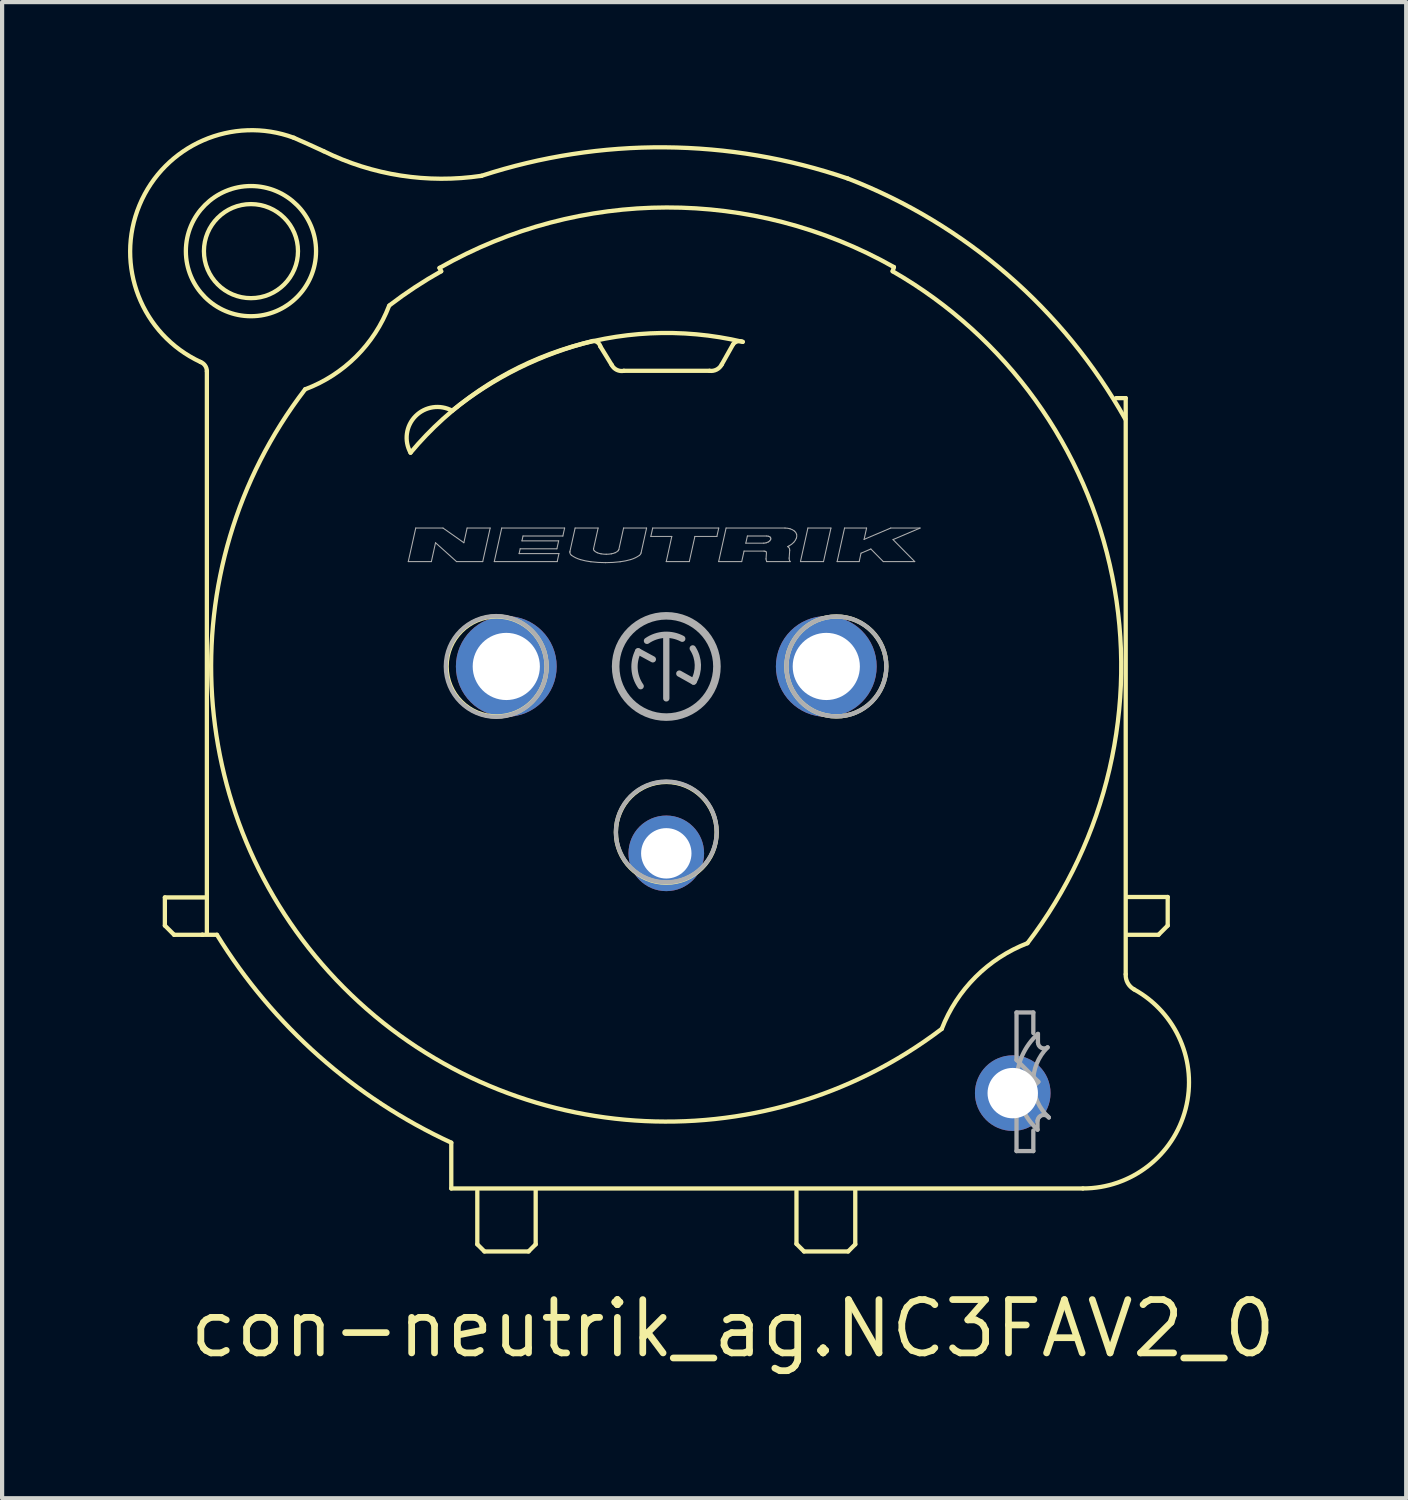
<source format=kicad_pcb>
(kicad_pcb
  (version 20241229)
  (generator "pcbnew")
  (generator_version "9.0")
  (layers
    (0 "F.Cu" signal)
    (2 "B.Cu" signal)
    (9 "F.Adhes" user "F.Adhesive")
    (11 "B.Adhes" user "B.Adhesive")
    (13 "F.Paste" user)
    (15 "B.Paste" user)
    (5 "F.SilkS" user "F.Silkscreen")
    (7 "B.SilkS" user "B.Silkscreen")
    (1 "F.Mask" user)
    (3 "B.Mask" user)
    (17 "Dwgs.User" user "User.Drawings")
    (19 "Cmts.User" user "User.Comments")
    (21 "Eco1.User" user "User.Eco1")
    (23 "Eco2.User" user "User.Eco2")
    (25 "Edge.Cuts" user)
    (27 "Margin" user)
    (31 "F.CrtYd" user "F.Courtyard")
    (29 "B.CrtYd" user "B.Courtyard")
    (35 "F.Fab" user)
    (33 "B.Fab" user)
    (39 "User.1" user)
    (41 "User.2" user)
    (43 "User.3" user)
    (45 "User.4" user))
  (footprint "con-neutrik_ag.NC3FAV2_0"
    (layer "F.Cu")
    (at 12.816 12.82)
    (property "Reference" "con-neutrik_ag.NC3FAV2_0" (at -11.43 16.51 0) (layer "F.SilkS") (effects (font (size 1.27 1.27) (thickness 0.16)) (justify left bottom)))
    (attr through_hole)
    (fp_line (start -11.94 5.5) (end -10.94 5.5) (stroke (width 0.102) (type default)) (layer "F.SilkS"))
    (fp_line (start -11.94 6.17) (end -11.94 5.5) (stroke (width 0.102) (type default)) (layer "F.SilkS"))
    (fp_line (start -11.72 6.39) (end -11.94 6.17) (stroke (width 0.102) (type default)) (layer "F.SilkS"))
    (fp_line (start -11.05 6.39) (end -11.72 6.39) (stroke (width 0.102) (type default)) (layer "F.SilkS"))
    (fp_line (start -11.05 6.39) (end -10.7 6.39) (stroke (width 0.102) (type default)) (layer "F.SilkS"))
    (fp_line (start -11.04 6.39) (end -11.05 6.39) (stroke (width 0.102) (type default)) (layer "F.SilkS"))
    (fp_line (start -10.94 5.5) (end -10.94 -7.03) (stroke (width 0.102) (type default)) (layer "F.SilkS"))
    (fp_line (start -10.94 6.35) (end -10.94 5.52) (stroke (width 0.102) (type default)) (layer "F.SilkS"))
    (fp_line (start -5.4 -9.49) (end -5.36 -9.41) (stroke (width 0.102) (type default)) (layer "F.SilkS"))
    (fp_line (start -5.12 11.34) (end -5.12 12.43) (stroke (width 0.102) (type default)) (layer "F.SilkS"))
    (fp_line (start -5.12 12.43) (end 9.92 12.43) (stroke (width 0.102) (type default)) (layer "F.SilkS"))
    (fp_line (start -4.5 12.49) (end -4.5 13.76) (stroke (width 0.102) (type default)) (layer "F.SilkS"))
    (fp_line (start -4.5 13.76) (end -4.33 13.93) (stroke (width 0.102) (type default)) (layer "F.SilkS"))
    (fp_line (start -4.33 13.93) (end -3.28 13.93) (stroke (width 0.102) (type default)) (layer "F.SilkS"))
    (fp_line (start -3.28 13.93) (end -3.11 13.76) (stroke (width 0.102) (type default)) (layer "F.SilkS"))
    (fp_line (start -3.11 13.76) (end -3.11 12.47) (stroke (width 0.102) (type default)) (layer "F.SilkS"))
    (fp_line (start -1.3 -7.18) (end -1.57 -7.62) (stroke (width 0.102) (type default)) (layer "F.SilkS"))
    (fp_line (start 1.03 -7.04) (end -1.01 -7.04) (stroke (width 0.102) (type default)) (layer "F.SilkS"))
    (fp_line (start 1.59 -7.67) (end 1.32 -7.19) (stroke (width 0.102) (type default)) (layer "F.SilkS"))
    (fp_line (start 3.1 12.49) (end 3.1 13.75) (stroke (width 0.102) (type default)) (layer "F.SilkS"))
    (fp_line (start 3.1 13.75) (end 3.28 13.93) (stroke (width 0.102) (type default)) (layer "F.SilkS"))
    (fp_line (start 3.28 13.93) (end 4.33 13.93) (stroke (width 0.102) (type default)) (layer "F.SilkS"))
    (fp_line (start 4.33 13.93) (end 4.5 13.76) (stroke (width 0.102) (type default)) (layer "F.SilkS"))
    (fp_line (start 4.5 13.76) (end 4.5 12.48) (stroke (width 0.102) (type default)) (layer "F.SilkS"))
    (fp_line (start 5.39 -9.41) (end 5.42 -9.51) (stroke (width 0.102) (type default)) (layer "F.SilkS"))
    (fp_line (start 10.94 -6.39) (end 10.71 -6.39) (stroke (width 0.102) (type default)) (layer "F.SilkS"))
    (fp_line (start 10.94 7.33) (end 10.94 -6.39) (stroke (width 0.102) (type default)) (layer "F.SilkS"))
    (fp_line (start 10.99 6.39) (end 11.72 6.39) (stroke (width 0.102) (type default)) (layer "F.SilkS"))
    (fp_line (start 11.72 6.39) (end 11.94 6.17) (stroke (width 0.102) (type default)) (layer "F.SilkS"))
    (fp_line (start 11.94 5.49) (end 10.99 5.49) (stroke (width 0.102) (type default)) (layer "F.SilkS"))
    (fp_line (start 11.94 6.17) (end 11.94 5.49) (stroke (width 0.102) (type default)) (layer "F.SilkS"))
    (fp_arc (start -11.09 -7.25) (mid -10.981062 -7.163139) (end -10.94 -7.03) (stroke (width 0.1016) (type default)) (layer "F.SilkS"))
    (fp_arc (start -11.09 -7.25) (mid -12.543512 -10.98573) (end -8.87 -12.59) (stroke (width 0.1016) (type default)) (layer "F.SilkS"))
    (fp_arc (start -8.87 -12.59) (mid -8.514255 -12.431652) (end -8.16 -12.27) (stroke (width 0.1016) (type default)) (layer "F.SilkS"))
    (fp_arc (start -6.6 -8.59) (mid -7.385883 -7.379807) (end -8.6 -6.6) (stroke (width 0.1016) (type default)) (layer "F.SilkS"))
    (fp_arc (start -6.59 -8.6) (mid -5.989419 -9.026896) (end -5.36 -9.41) (stroke (width 0.1016) (type default)) (layer "F.SilkS"))
    (fp_arc (start -6.09 -5.09) (mid -5.970889 -5.96213) (end -5.1 -6.09) (stroke (width 0.1016) (type default)) (layer "F.SilkS"))
    (fp_arc (start -6.09 -5.09) (mid -2.509717 -7.53273) (end 1.82 -7.73) (stroke (width 0.1016) (type default)) (layer "F.SilkS"))
    (fp_arc (start -5.4 -9.49) (mid 0.007357 -10.929608) (end 5.42 -9.51) (stroke (width 0.1016) (type default)) (layer "F.SilkS"))
    (fp_arc (start -5.12 11.34) (mid -8.274827 9.27626) (end -10.7 6.39) (stroke (width 0.1016) (type default)) (layer "F.SilkS"))
    (fp_arc (start -5.1 -6.09) (mid -3.515654 -7.102947) (end -1.75 -7.75) (stroke (width 0.1016) (type default)) (layer "F.SilkS"))
    (fp_arc (start -4.3995 -11.6841) (mid -6.324542 -11.689558) (end -8.16 -12.27) (stroke (width 0.1016) (type default)) (layer "F.SilkS"))
    (fp_arc (start -4.3975 -11.6846) (mid -0.033885 -12.361644) (end 4.3192 -11.6199) (stroke (width 0.1016) (type default)) (layer "F.SilkS"))
    (fp_arc (start -1.74 -7.75) (mid -1.632374 -7.714588) (end -1.57 -7.62) (stroke (width 0.1016) (type default)) (layer "F.SilkS"))
    (fp_arc (start -1.01 -7.04) (mid -1.178221 -7.061899) (end -1.3 -7.18) (stroke (width 0.1016) (type default)) (layer "F.SilkS"))
    (fp_arc (start 1.32 -7.19) (mid 1.198655 -7.069267) (end 1.03 -7.04) (stroke (width 0.1016) (type default)) (layer "F.SilkS"))
    (fp_arc (start 1.59 -7.67) (mid 1.694294 -7.741041) (end 1.82 -7.73) (stroke (width 0.1016) (type default)) (layer "F.SilkS"))
    (fp_arc (start 4.3216 -11.6192) (mid 8.124315 -9.329617) (end 10.93 -5.89) (stroke (width 0.1016) (type default)) (layer "F.SilkS"))
    (fp_arc (start 5.39 -9.41) (mid 10.621563 -2.137579) (end 8.6 6.59) (stroke (width 0.1016) (type default)) (layer "F.SilkS"))
    (fp_arc (start 6.56 8.63) (mid -7.680581 7.644968) (end -8.6 -6.6) (stroke (width 0.1016) (type default)) (layer "F.SilkS"))
    (fp_arc (start 6.56 8.63) (mid 7.3644 7.3944) (end 8.6 6.59) (stroke (width 0.1016) (type default)) (layer "F.SilkS"))
    (fp_arc (start 11.14 7.69) (mid 12.367243 10.532877) (end 9.92 12.43) (stroke (width 0.1016) (type default)) (layer "F.SilkS"))
    (fp_arc (start 11.14 7.69) (mid 10.988255 7.538747) (end 10.94 7.33) (stroke (width 0.1016) (type default)) (layer "F.SilkS"))
    (fp_circle (center -9.89 -9.89) (end -8.77 -9.89) (stroke (width 0.102) (type default)) (fill no) (layer "F.SilkS"))
    (fp_circle (center -9.89 -9.89) (end -8.34 -9.89) (stroke (width 0.102) (type default)) (fill no) (layer "F.SilkS"))
    (fp_circle (center -4.04 0) (end -2.85 0) (stroke (width 0.102) (type default)) (fill no) (layer "F.SilkS"))
    (fp_circle (center 0 3.95) (end 1.2 3.95) (stroke (width 0.102) (type default)) (fill no) (layer "F.SilkS"))
    (fp_circle (center 4.05 0) (end 5.24 0) (stroke (width 0.102) (type default)) (fill no) (layer "F.SilkS"))
    (fp_line (start -6.144 -2.497) (end -5.966 -3.296) (stroke (width 0.025) (type default)) (layer "F.Fab"))
    (fp_line (start -6.144 -2.497) (end -5.594 -2.497) (stroke (width 0.025) (type default)) (layer "F.Fab"))
    (fp_line (start -5.966 -3.296) (end -5.317 -3.296) (stroke (width 0.025) (type default)) (layer "F.Fab"))
    (fp_line (start -5.594 -2.497) (end -5.495 -2.946) (stroke (width 0.025) (type default)) (layer "F.Fab"))
    (fp_line (start -5.495 -2.946) (end -4.995 -2.497) (stroke (width 0.025) (type default)) (layer "F.Fab"))
    (fp_line (start -5.317 -3.296) (end -4.82 -2.946) (stroke (width 0.025) (type default)) (layer "F.Fab"))
    (fp_line (start -4.995 -2.497) (end -4.371 -2.497) (stroke (width 0.025) (type default)) (layer "F.Fab"))
    (fp_line (start -4.82 -2.946) (end -4.743 -3.296) (stroke (width 0.025) (type default)) (layer "F.Fab"))
    (fp_line (start -4.743 -3.296) (end -4.194 -3.296) (stroke (width 0.025) (type default)) (layer "F.Fab"))
    (fp_line (start -4.371 -2.497) (end -4.194 -3.296) (stroke (width 0.025) (type default)) (layer "F.Fab"))
    (fp_line (start -4.096 -2.497) (end -3.919 -3.296) (stroke (width 0.025) (type default)) (layer "F.Fab"))
    (fp_line (start -4.096 -2.497) (end -2.598 -2.497) (stroke (width 0.025) (type default)) (layer "F.Fab"))
    (fp_line (start -3.919 -3.296) (end -2.421 -3.296) (stroke (width 0.025) (type default)) (layer "F.Fab"))
    (fp_line (start -3.505 -2.687) (end -3.479 -2.802) (stroke (width 0.025) (type default)) (layer "F.Fab"))
    (fp_line (start -3.505 -2.687) (end -2.556 -2.687) (stroke (width 0.025) (type default)) (layer "F.Fab"))
    (fp_line (start -3.479 -2.802) (end -2.605 -2.802) (stroke (width 0.025) (type default)) (layer "F.Fab"))
    (fp_line (start -3.437 -2.991) (end -3.412 -3.106) (stroke (width 0.025) (type default)) (layer "F.Fab"))
    (fp_line (start -3.437 -2.991) (end -2.563 -2.991) (stroke (width 0.025) (type default)) (layer "F.Fab"))
    (fp_line (start -3.412 -3.106) (end -2.463 -3.106) (stroke (width 0.025) (type default)) (layer "F.Fab"))
    (fp_line (start -2.605 -2.802) (end -2.563 -2.991) (stroke (width 0.025) (type default)) (layer "F.Fab"))
    (fp_line (start -2.598 -2.497) (end -2.556 -2.687) (stroke (width 0.025) (type default)) (layer "F.Fab"))
    (fp_line (start -2.463 -3.106) (end -2.421 -3.296) (stroke (width 0.025) (type default)) (layer "F.Fab"))
    (fp_line (start -2.294 -2.741) (end -2.171 -3.296) (stroke (width 0.025) (type default)) (layer "F.Fab"))
    (fp_line (start -2.171 -3.296) (end -1.623 -3.296) (stroke (width 0.025) (type default)) (layer "F.Fab"))
    (fp_line (start -1.731 -2.81) (end -1.623 -3.296) (stroke (width 0.025) (type default)) (layer "F.Fab"))
    (fp_line (start -1.13 -2.784) (end -1.017 -3.296) (stroke (width 0.025) (type default)) (layer "F.Fab"))
    (fp_line (start -1.017 -3.296) (end -0.469 -3.296) (stroke (width 0.025) (type default)) (layer "F.Fab"))
    (fp_line (start -0.67 -0.36) (end -0.32 -0.17) (stroke (width 0.15) (type default)) (layer "F.Fab"))
    (fp_line (start -0.601 -2.702) (end -0.469 -3.296) (stroke (width 0.025) (type default)) (layer "F.Fab"))
    (fp_line (start -0.368 -3.096) (end -0.324 -3.296) (stroke (width 0.025) (type default)) (layer "F.Fab"))
    (fp_line (start -0.368 -3.096) (end 0.131 -3.096) (stroke (width 0.025) (type default)) (layer "F.Fab"))
    (fp_line (start -0.324 -3.296) (end 1.249 -3.296) (stroke (width 0.025) (type default)) (layer "F.Fab"))
    (fp_line (start -0.001 -2.497) (end 0.131 -3.096) (stroke (width 0.025) (type default)) (layer "F.Fab"))
    (fp_line (start -0.001 -2.497) (end 0.548 -2.497) (stroke (width 0.025) (type default)) (layer "F.Fab"))
    (fp_line (start 0 0.76) (end 0 -0.74) (stroke (width 0.15) (type default)) (layer "F.Fab"))
    (fp_line (start 0.31 0.17) (end 0.65 0.36) (stroke (width 0.15) (type default)) (layer "F.Fab"))
    (fp_line (start 0.548 -2.497) (end 0.681 -3.096) (stroke (width 0.025) (type default)) (layer "F.Fab"))
    (fp_line (start 0.681 -3.096) (end 1.205 -3.096) (stroke (width 0.025) (type default)) (layer "F.Fab"))
    (fp_line (start 1.205 -3.096) (end 1.249 -3.296) (stroke (width 0.025) (type default)) (layer "F.Fab"))
    (fp_line (start 1.247 -2.497) (end 1.424 -3.296) (stroke (width 0.025) (type default)) (layer "F.Fab"))
    (fp_line (start 1.247 -2.497) (end 1.796 -2.497) (stroke (width 0.025) (type default)) (layer "F.Fab"))
    (fp_line (start 1.424 -3.296) (end 2.826 -3.296) (stroke (width 0.025) (type default)) (layer "F.Fab"))
    (fp_line (start 1.796 -2.497) (end 1.852 -2.747) (stroke (width 0.025) (type default)) (layer "F.Fab"))
    (fp_line (start 1.852 -2.747) (end 2.328 -2.747) (stroke (width 0.025) (type default)) (layer "F.Fab"))
    (fp_line (start 1.894 -2.936) (end 1.931 -3.106) (stroke (width 0.025) (type default)) (layer "F.Fab"))
    (fp_line (start 1.894 -2.936) (end 2.321 -2.936) (stroke (width 0.025) (type default)) (layer "F.Fab"))
    (fp_line (start 1.931 -3.106) (end 2.394 -3.106) (stroke (width 0.025) (type default)) (layer "F.Fab"))
    (fp_line (start 2.375 -2.561) (end 2.385 -2.707) (stroke (width 0.025) (type default)) (layer "F.Fab"))
    (fp_line (start 2.394 -2.497) (end 2.394 -2.497) (stroke (width 0.025) (type default)) (layer "F.Fab"))
    (fp_line (start 2.394 -2.497) (end 2.95 -2.497) (stroke (width 0.025) (type default)) (layer "F.Fab"))
    (fp_line (start 2.926 -2.581) (end 2.939 -2.767) (stroke (width 0.025) (type default)) (layer "F.Fab"))
    (fp_line (start 3.195 -2.497) (end 3.372 -3.296) (stroke (width 0.025) (type default)) (layer "F.Fab"))
    (fp_line (start 3.195 -2.497) (end 3.744 -2.497) (stroke (width 0.025) (type default)) (layer "F.Fab"))
    (fp_line (start 3.372 -3.296) (end 3.921 -3.296) (stroke (width 0.025) (type default)) (layer "F.Fab"))
    (fp_line (start 3.744 -2.497) (end 3.921 -3.296) (stroke (width 0.025) (type default)) (layer "F.Fab"))
    (fp_line (start 4.068 -2.497) (end 4.245 -3.296) (stroke (width 0.025) (type default)) (layer "F.Fab"))
    (fp_line (start 4.068 -2.497) (end 4.593 -2.497) (stroke (width 0.025) (type default)) (layer "F.Fab"))
    (fp_line (start 4.245 -3.296) (end 4.77 -3.296) (stroke (width 0.025) (type default)) (layer "F.Fab"))
    (fp_line (start 4.593 -2.497) (end 4.637 -2.697) (stroke (width 0.025) (type default)) (layer "F.Fab"))
    (fp_line (start 4.637 -2.697) (end 4.871 -2.797) (stroke (width 0.025) (type default)) (layer "F.Fab"))
    (fp_line (start 4.71 -3.026) (end 4.77 -3.296) (stroke (width 0.025) (type default)) (layer "F.Fab"))
    (fp_line (start 4.71 -3.026) (end 5.344 -3.296) (stroke (width 0.025) (type default)) (layer "F.Fab"))
    (fp_line (start 4.871 -2.797) (end 5.167 -2.497) (stroke (width 0.025) (type default)) (layer "F.Fab"))
    (fp_line (start 5.167 -2.497) (end 5.916 -2.497) (stroke (width 0.025) (type default)) (layer "F.Fab"))
    (fp_line (start 5.344 -3.296) (end 6.043 -3.296) (stroke (width 0.025) (type default)) (layer "F.Fab"))
    (fp_line (start 5.399 -3.021) (end 5.916 -2.497) (stroke (width 0.025) (type default)) (layer "F.Fab"))
    (fp_line (start 5.399 -3.021) (end 6.043 -3.296) (stroke (width 0.025) (type default)) (layer "F.Fab"))
    (fp_line (start 8.34 8.24) (end 8.34 9.37) (stroke (width 0.102) (type default)) (layer "F.Fab"))
    (fp_line (start 8.34 8.24) (end 8.74 8.24) (stroke (width 0.102) (type default)) (layer "F.Fab"))
    (fp_line (start 8.34 9.37) (end 8.86 9.89) (stroke (width 0.102) (type default)) (layer "F.Fab"))
    (fp_line (start 8.34 10.41) (end 8.34 11.54) (stroke (width 0.102) (type default)) (layer "F.Fab"))
    (fp_line (start 8.34 11.54) (end 8.74 11.54) (stroke (width 0.102) (type default)) (layer "F.Fab"))
    (fp_line (start 8.74 8.24) (end 8.74 8.73) (stroke (width 0.102) (type default)) (layer "F.Fab"))
    (fp_line (start 8.74 11.54) (end 8.74 11.05) (stroke (width 0.102) (type default)) (layer "F.Fab"))
    (fp_line (start 8.84 11.03) (end 8.84 10.82) (stroke (width 0.102) (type default)) (layer "F.Fab"))
    (fp_line (start 8.85 8.75) (end 8.85 8.95) (stroke (width 0.102) (type default)) (layer "F.Fab"))
    (fp_line (start 8.86 9.89) (end 8.34 10.41) (stroke (width 0.102) (type default)) (layer "F.Fab"))
    (fp_arc (start -2.2964 -2.7217) (mid -2.295867 -2.731456) (end -2.2943 -2.7411) (stroke (width 0.0254) (type default)) (layer "F.Fab"))
    (fp_arc (start -2.2578 -2.6471) (mid -2.286121 -2.679718) (end -2.2963 -2.7217) (stroke (width 0.0254) (type default)) (layer "F.Fab"))
    (fp_arc (start -2.0477 -2.5452) (mid -2.156985 -2.587418) (end -2.2578 -2.6471) (stroke (width 0.0254) (type default)) (layer "F.Fab"))
    (fp_arc (start -1.796 -2.4932) (mid -1.922923 -2.514007) (end -2.0477 -2.5452) (stroke (width 0.0254) (type default)) (layer "F.Fab"))
    (fp_arc (start -1.7326 -2.7966) (mid -1.732234 -2.803244) (end -1.7311 -2.8098) (stroke (width 0.0254) (type default)) (layer "F.Fab"))
    (fp_arc (start -1.7159 -2.7561) (mid -1.728335 -2.774676) (end -1.7327 -2.7966) (stroke (width 0.0254) (type default)) (layer "F.Fab"))
    (fp_arc (start -1.6443 -2.7083) (mid -1.682454 -2.728674) (end -1.7159 -2.7561) (stroke (width 0.0254) (type default)) (layer "F.Fab"))
    (fp_arc (start -1.5538 -2.6822) (mid -1.599779 -2.692723) (end -1.6443 -2.7083) (stroke (width 0.0254) (type default)) (layer "F.Fab"))
    (fp_arc (start -1.4474 -2.4721) (mid -1.62202 -2.477365) (end -1.796 -2.4932) (stroke (width 0.0254) (type default)) (layer "F.Fab"))
    (fp_arc (start -1.4308 -2.6718) (mid -1.492521 -2.674388) (end -1.5538 -2.6822) (stroke (width 0.0254) (type default)) (layer "F.Fab"))
    (fp_arc (start -1.3079 -2.6822) (mid -1.369129 -2.67439) (end -1.4308 -2.6718) (stroke (width 0.0254) (type default)) (layer "F.Fab"))
    (fp_arc (start -1.2174 -2.7083) (mid -1.261921 -2.692723) (end -1.3079 -2.6822) (stroke (width 0.0254) (type default)) (layer "F.Fab"))
    (fp_arc (start -1.1458 -2.7561) (mid -1.179246 -2.728674) (end -1.2174 -2.7083) (stroke (width 0.0254) (type default)) (layer "F.Fab"))
    (fp_arc (start -1.1304 -2.7839) (mid -1.136132 -2.76891) (end -1.1458 -2.7561) (stroke (width 0.0254) (type default)) (layer "F.Fab"))
    (fp_arc (start -1.0989 -2.4931) (mid -1.27283 -2.477266) (end -1.4474 -2.472) (stroke (width 0.0254) (type default)) (layer "F.Fab"))
    (fp_arc (start -0.8472 -2.5452) (mid -0.971977 -2.514007) (end -1.0989 -2.4932) (stroke (width 0.0254) (type default)) (layer "F.Fab"))
    (fp_arc (start -0.6371 -2.6471) (mid -0.737916 -2.587421) (end -0.8472 -2.5452) (stroke (width 0.0254) (type default)) (layer "F.Fab"))
    (fp_arc (start -0.61 0.47) (mid -0.754744 0.063295) (end -0.67 -0.36) (stroke (width 0.15) (type default)) (layer "F.Fab"))
    (fp_arc (start -0.6007 -2.7023) (mid -0.613738 -2.671296) (end -0.6371 -2.6471) (stroke (width 0.0254) (type default)) (layer "F.Fab"))
    (fp_arc (start -0.46 -0.61) (mid -0.047007 -0.752716) (end 0.38 -0.66) (stroke (width 0.15) (type default)) (layer "F.Fab"))
    (fp_arc (start 0.63 -0.43) (mid 0.752066 -0.037837) (end 0.65 0.36) (stroke (width 0.15) (type default)) (layer "F.Fab"))
    (fp_arc (start 2.3283 -2.7467) (mid 2.340566 -2.745829) (end 2.3526 -2.7433) (stroke (width 0.0254) (type default)) (layer "F.Fab"))
    (fp_arc (start 2.3526 -2.7432) (mid 2.364222 -2.738519) (end 2.3746 -2.7315) (stroke (width 0.0254) (type default)) (layer "F.Fab"))
    (fp_arc (start 2.3746 -2.7315) (mid 2.380482 -2.724772) (end 2.3841 -2.7166) (stroke (width 0.0254) (type default)) (layer "F.Fab"))
    (fp_arc (start 2.3785 -2.9442) (mid 2.349756 -2.938398) (end 2.3205 -2.9364) (stroke (width 0.0254) (type default)) (layer "F.Fab"))
    (fp_arc (start 2.3943 -2.497) (mid 2.380142 -2.527484) (end 2.375 -2.5607) (stroke (width 0.0254) (type default)) (layer "F.Fab"))
    (fp_arc (start 2.3944 -3.1062) (mid 2.414793 -3.104721) (end 2.4348 -3.1005) (stroke (width 0.0254) (type default)) (layer "F.Fab"))
    (fp_arc (start 2.4288 -2.9645) (mid 2.404262 -2.952875) (end 2.3785 -2.9443) (stroke (width 0.0254) (type default)) (layer "F.Fab"))
    (fp_arc (start 2.4348 -3.1005) (mid 2.454244 -3.09272) (end 2.4716 -3.081) (stroke (width 0.0254) (type default)) (layer "F.Fab"))
    (fp_arc (start 2.4641 -2.9914) (mid 2.447446 -2.976643) (end 2.4288 -2.9645) (stroke (width 0.0254) (type default)) (layer "F.Fab"))
    (fp_arc (start 2.4716 -3.081) (mid 2.481397 -3.069754) (end 2.4874 -3.0561) (stroke (width 0.0254) (type default)) (layer "F.Fab"))
    (fp_arc (start 2.4861 -3.0267) (mid 2.476985 -3.007875) (end 2.4641 -2.9914) (stroke (width 0.0254) (type default)) (layer "F.Fab"))
    (fp_arc (start 2.4874 -3.0561) (mid 2.488997 -3.041301) (end 2.4861 -3.0267) (stroke (width 0.0254) (type default)) (layer "F.Fab"))
    (fp_arc (start 2.8259 -3.296) (mid 2.886677 -3.291588) (end 2.9463 -3.279) (stroke (width 0.0254) (type default)) (layer "F.Fab"))
    (fp_arc (start 2.8917 -2.8549) (mid 2.899191 -2.849485) (end 2.9064 -2.8437) (stroke (width 0.0254) (type default)) (layer "F.Fab"))
    (fp_arc (start 2.9064 -2.8437) (mid 2.924646 -2.822802) (end 2.9358 -2.7974) (stroke (width 0.0254) (type default)) (layer "F.Fab"))
    (fp_arc (start 2.9282 -2.8737) (mid 2.910094 -2.86407) (end 2.8917 -2.855) (stroke (width 0.0254) (type default)) (layer "F.Fab"))
    (fp_arc (start 2.9358 -2.7974) (mid 2.93855 -2.782173) (end 2.9387 -2.7667) (stroke (width 0.0254) (type default)) (layer "F.Fab"))
    (fp_arc (start 2.9463 -3.279) (mid 3.004211 -3.255758) (end 3.0559 -3.2208) (stroke (width 0.0254) (type default)) (layer "F.Fab"))
    (fp_arc (start 2.9503 -2.497) (mid 2.930467 -2.536583) (end 2.9257 -2.5806) (stroke (width 0.0254) (type default)) (layer "F.Fab"))
    (fp_arc (start 3.0334 -2.9539) (mid 2.983769 -2.909906) (end 2.9282 -2.8737) (stroke (width 0.0254) (type default)) (layer "F.Fab"))
    (fp_arc (start 3.0559 -3.2208) (mid 3.085071 -3.187347) (end 3.1029 -3.1467) (stroke (width 0.0254) (type default)) (layer "F.Fab"))
    (fp_arc (start 3.0992 -3.0591) (mid 3.071923 -3.002983) (end 3.0334 -2.9539) (stroke (width 0.0254) (type default)) (layer "F.Fab"))
    (fp_arc (start 3.1029 -3.1467) (mid 3.107748 -3.102617) (end 3.0992 -3.0591) (stroke (width 0.0254) (type default)) (layer "F.Fab"))
    (fp_arc (start 8.84 10.81) (mid 8.951547 10.684537) (end 9.11 10.74) (stroke (width 0.1016) (type default)) (layer "F.Fab"))
    (fp_arc (start 8.84 11.03) (mid 8.341886 9.887793) (end 8.85 8.75) (stroke (width 0.1016) (type default)) (layer "F.Fab"))
    (fp_arc (start 9.08 9.07) (mid 8.928573 9.079819) (end 8.85 8.95) (stroke (width 0.1016) (type default)) (layer "F.Fab"))
    (fp_arc (start 9.11 10.74) (mid 8.736883 9.911433) (end 9.08 9.07) (stroke (width 0.1016) (type default)) (layer "F.Fab"))
    (fp_circle (center -4.05 0) (end -2.85 0) (stroke (width 0.102) (type default)) (fill no) (layer "F.Fab"))
    (fp_circle (center 0 0) (end 1.206 0) (stroke (width 0.18) (type default)) (fill no) (layer "F.Fab"))
    (fp_circle (center 0 3.94) (end 1.2 3.94) (stroke (width 0.102) (type default)) (fill no) (layer "F.Fab"))
    (fp_circle (center 4.05 0) (end 5.24 0) (stroke (width 0.102) (type default)) (fill no) (layer "F.Fab"))
    (pad "1" thru_hole circle (at 3.81 0) (size 2.4 2.4) (drill 1.6) (layers "*.Cu" "*.Mask"))
    (pad "2" thru_hole circle (at -3.81 0) (size 2.4 2.4) (drill 1.6) (layers "*.Cu" "*.Mask"))
    (pad "3" thru_hole circle (at 0 4.45) (size 1.8 1.8) (drill 1.2) (layers "*.Cu" "*.Mask"))
    (pad "G" thru_hole circle (at 8.25 10.16) (size 1.8 1.8) (drill 1.2) (layers "*.Cu" "*.Mask")))
  (gr_rect
    (start -3 -3)
    (end 30.435 32.627)
    (stroke (width 0.1) (type default))
    (fill no)
    (layer "Edge.Cuts")))
</source>
